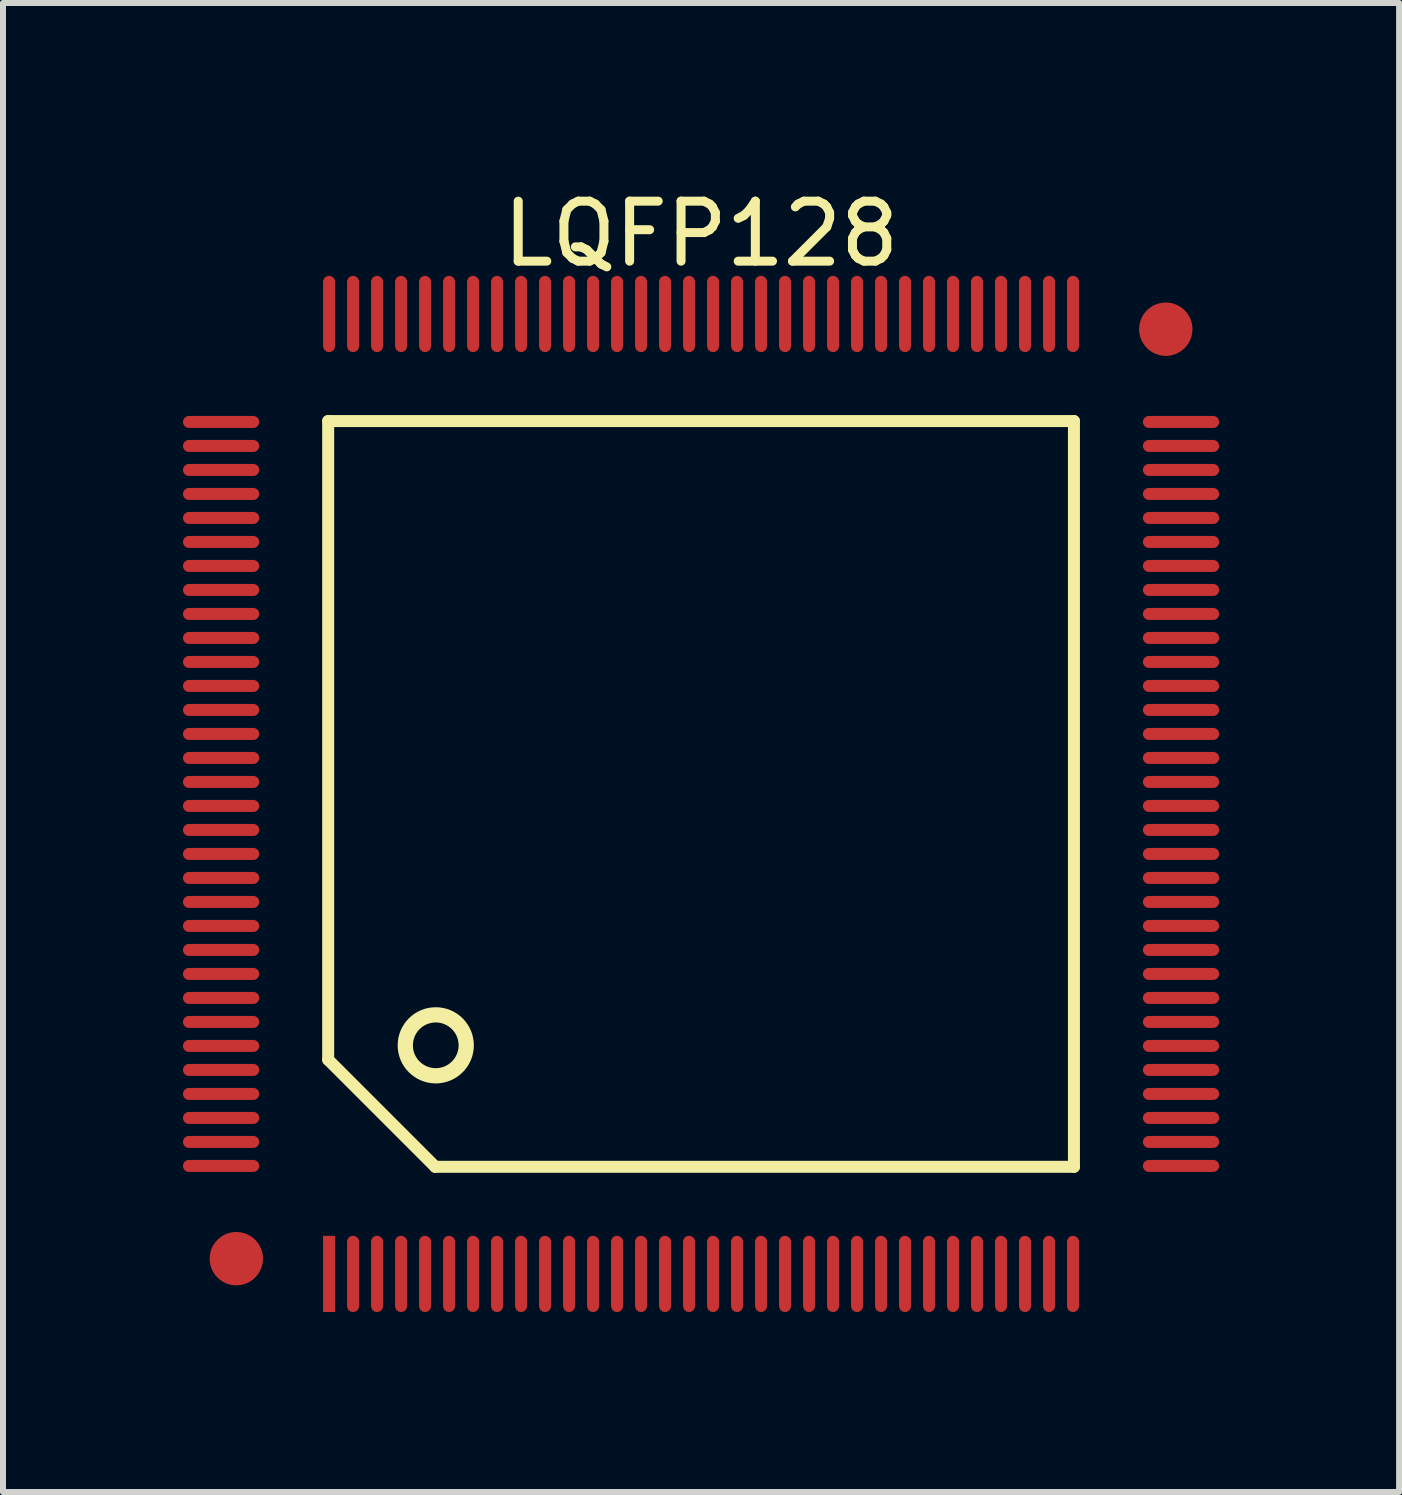
<source format=kicad_pcb>
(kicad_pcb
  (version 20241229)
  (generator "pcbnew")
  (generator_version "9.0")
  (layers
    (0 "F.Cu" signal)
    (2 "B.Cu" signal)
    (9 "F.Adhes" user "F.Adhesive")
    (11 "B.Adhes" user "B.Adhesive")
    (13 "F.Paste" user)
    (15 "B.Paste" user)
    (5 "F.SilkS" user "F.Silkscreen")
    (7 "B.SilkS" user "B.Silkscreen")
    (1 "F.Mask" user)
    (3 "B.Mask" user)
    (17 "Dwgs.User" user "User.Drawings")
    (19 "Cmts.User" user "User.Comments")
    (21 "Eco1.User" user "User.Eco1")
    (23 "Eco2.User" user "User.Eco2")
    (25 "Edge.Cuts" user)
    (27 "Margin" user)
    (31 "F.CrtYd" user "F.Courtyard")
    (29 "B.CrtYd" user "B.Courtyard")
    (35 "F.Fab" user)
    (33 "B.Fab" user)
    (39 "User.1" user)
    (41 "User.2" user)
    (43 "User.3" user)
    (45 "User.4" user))
  (footprint "LQFP128"
    (layer "F.Cu")
    (at 2.435 18.183)
    (property "Reference" "LQFP128" (at 6.2 -17.335 0) (layer "F.SilkS") (effects (font (size 1 1) (thickness 0.15))))
    (fp_line (start -0.015 -14.215) (end 12.415 -14.215) (stroke (width 0.2) (type solid)) (layer "F.SilkS"))
    (fp_line (start -0.015 -3.57) (end -0.015 -14.215) (stroke (width 0.2) (type solid)) (layer "F.SilkS"))
    (fp_line (start -0.015 -3.57) (end 1.77 -1.785) (stroke (width 0.2) (type solid)) (layer "F.SilkS"))
    (fp_line (start 1.77 -1.785) (end 12.415 -1.785) (stroke (width 0.2) (type solid)) (layer "F.SilkS"))
    (fp_line (start 12.415 -1.785) (end 12.415 -14.215) (stroke (width 0.2) (type solid)) (layer "F.SilkS"))
    (fp_circle (center 1.778 -3.81) (end 1.778 -4.318) (stroke (width 0.254) (type solid)) (fill no) (layer "F.SilkS"))
    (pad "0" smd circle (at -1.546 -0.254 90) (size 0.889 0.889) (layers "F.Cu" "F.Mask" "F.Paste"))
    (pad "0" smd circle (at 13.946 -15.746 90) (size 0.889 0.889) (layers "F.Cu" "F.Mask" "F.Paste"))
    (pad "1" smd rect (at 0 0 180) (size 0.2 1.27) (layers "F.Cu" "F.Mask" "F.Paste"))
    (pad "2" smd oval (at 0.4 0 180) (size 0.2 1.27) (layers "F.Cu" "F.Mask" "F.Paste"))
    (pad "3" smd oval (at 0.8 0 180) (size 0.2 1.27) (layers "F.Cu" "F.Mask" "F.Paste"))
    (pad "4" smd oval (at 1.2 0 180) (size 0.2 1.27) (layers "F.Cu" "F.Mask" "F.Paste"))
    (pad "5" smd oval (at 1.6 0 180) (size 0.2 1.27) (layers "F.Cu" "F.Mask" "F.Paste"))
    (pad "6" smd oval (at 2 0 180) (size 0.2 1.27) (layers "F.Cu" "F.Mask" "F.Paste"))
    (pad "7" smd oval (at 2.4 0 180) (size 0.2 1.27) (layers "F.Cu" "F.Mask" "F.Paste"))
    (pad "8" smd oval (at 2.8 0 180) (size 0.2 1.27) (layers "F.Cu" "F.Mask" "F.Paste"))
    (pad "9" smd oval (at 3.2 0 180) (size 0.2 1.27) (layers "F.Cu" "F.Mask" "F.Paste"))
    (pad "10" smd oval (at 3.6 0 180) (size 0.2 1.27) (layers "F.Cu" "F.Mask" "F.Paste"))
    (pad "11" smd oval (at 4 0 180) (size 0.2 1.27) (layers "F.Cu" "F.Mask" "F.Paste"))
    (pad "12" smd oval (at 4.4 0 180) (size 0.2 1.27) (layers "F.Cu" "F.Mask" "F.Paste"))
    (pad "13" smd oval (at 4.8 0 180) (size 0.2 1.27) (layers "F.Cu" "F.Mask" "F.Paste"))
    (pad "14" smd oval (at 5.2 0 180) (size 0.2 1.27) (layers "F.Cu" "F.Mask" "F.Paste"))
    (pad "15" smd oval (at 5.6 0 180) (size 0.2 1.27) (layers "F.Cu" "F.Mask" "F.Paste"))
    (pad "16" smd oval (at 6 0 180) (size 0.2 1.27) (layers "F.Cu" "F.Mask" "F.Paste"))
    (pad "17" smd oval (at 6.4 0 180) (size 0.2 1.27) (layers "F.Cu" "F.Mask" "F.Paste"))
    (pad "18" smd oval (at 6.8 0 180) (size 0.2 1.27) (layers "F.Cu" "F.Mask" "F.Paste"))
    (pad "19" smd oval (at 7.2 0 180) (size 0.2 1.27) (layers "F.Cu" "F.Mask" "F.Paste"))
    (pad "20" smd oval (at 7.6 0 180) (size 0.2 1.27) (layers "F.Cu" "F.Mask" "F.Paste"))
    (pad "21" smd oval (at 8 0 180) (size 0.2 1.27) (layers "F.Cu" "F.Mask" "F.Paste"))
    (pad "22" smd oval (at 8.4 0 180) (size 0.2 1.27) (layers "F.Cu" "F.Mask" "F.Paste"))
    (pad "23" smd oval (at 8.8 0 180) (size 0.2 1.27) (layers "F.Cu" "F.Mask" "F.Paste"))
    (pad "24" smd oval (at 9.2 0 180) (size 0.2 1.27) (layers "F.Cu" "F.Mask" "F.Paste"))
    (pad "25" smd oval (at 9.6 0 180) (size 0.2 1.27) (layers "F.Cu" "F.Mask" "F.Paste"))
    (pad "26" smd oval (at 10 0 180) (size 0.2 1.27) (layers "F.Cu" "F.Mask" "F.Paste"))
    (pad "27" smd oval (at 10.4 0 180) (size 0.2 1.27) (layers "F.Cu" "F.Mask" "F.Paste"))
    (pad "28" smd oval (at 10.8 0 180) (size 0.2 1.27) (layers "F.Cu" "F.Mask" "F.Paste"))
    (pad "29" smd oval (at 11.2 0 180) (size 0.2 1.27) (layers "F.Cu" "F.Mask" "F.Paste"))
    (pad "30" smd oval (at 11.6 0 180) (size 0.2 1.27) (layers "F.Cu" "F.Mask" "F.Paste"))
    (pad "31" smd oval (at 12 0 180) (size 0.2 1.27) (layers "F.Cu" "F.Mask" "F.Paste"))
    (pad "32" smd oval (at 12.4 0 180) (size 0.2 1.27) (layers "F.Cu" "F.Mask" "F.Paste"))
    (pad "33" smd oval (at 14.2 -1.8 90) (size 0.2 1.27) (layers "F.Cu" "F.Mask" "F.Paste"))
    (pad "34" smd oval (at 14.2 -2.2 90) (size 0.2 1.27) (layers "F.Cu" "F.Mask" "F.Paste"))
    (pad "35" smd oval (at 14.2 -2.6 90) (size 0.2 1.27) (layers "F.Cu" "F.Mask" "F.Paste"))
    (pad "36" smd oval (at 14.2 -3 90) (size 0.2 1.27) (layers "F.Cu" "F.Mask" "F.Paste"))
    (pad "37" smd oval (at 14.2 -3.4 90) (size 0.2 1.27) (layers "F.Cu" "F.Mask" "F.Paste"))
    (pad "38" smd oval (at 14.2 -3.8 90) (size 0.2 1.27) (layers "F.Cu" "F.Mask" "F.Paste"))
    (pad "39" smd oval (at 14.2 -4.2 90) (size 0.2 1.27) (layers "F.Cu" "F.Mask" "F.Paste"))
    (pad "40" smd oval (at 14.2 -4.6 90) (size 0.2 1.27) (layers "F.Cu" "F.Mask" "F.Paste"))
    (pad "41" smd oval (at 14.2 -5 90) (size 0.2 1.27) (layers "F.Cu" "F.Mask" "F.Paste"))
    (pad "42" smd oval (at 14.2 -5.4 90) (size 0.2 1.27) (layers "F.Cu" "F.Mask" "F.Paste"))
    (pad "43" smd oval (at 14.2 -5.8 90) (size 0.2 1.27) (layers "F.Cu" "F.Mask" "F.Paste"))
    (pad "44" smd oval (at 14.2 -6.2 90) (size 0.2 1.27) (layers "F.Cu" "F.Mask" "F.Paste"))
    (pad "45" smd oval (at 14.2 -6.6 90) (size 0.2 1.27) (layers "F.Cu" "F.Mask" "F.Paste"))
    (pad "46" smd oval (at 14.2 -7 90) (size 0.2 1.27) (layers "F.Cu" "F.Mask" "F.Paste"))
    (pad "47" smd oval (at 14.2 -7.4 90) (size 0.2 1.27) (layers "F.Cu" "F.Mask" "F.Paste"))
    (pad "48" smd oval (at 14.2 -7.8 90) (size 0.2 1.27) (layers "F.Cu" "F.Mask" "F.Paste"))
    (pad "49" smd oval (at 14.2 -8.2 90) (size 0.2 1.27) (layers "F.Cu" "F.Mask" "F.Paste"))
    (pad "50" smd oval (at 14.2 -8.6 90) (size 0.2 1.27) (layers "F.Cu" "F.Mask" "F.Paste"))
    (pad "51" smd oval (at 14.2 -9 90) (size 0.2 1.27) (layers "F.Cu" "F.Mask" "F.Paste"))
    (pad "52" smd oval (at 14.2 -9.4 90) (size 0.2 1.27) (layers "F.Cu" "F.Mask" "F.Paste"))
    (pad "53" smd oval (at 14.2 -9.8 90) (size 0.2 1.27) (layers "F.Cu" "F.Mask" "F.Paste"))
    (pad "54" smd oval (at 14.2 -10.2 90) (size 0.2 1.27) (layers "F.Cu" "F.Mask" "F.Paste"))
    (pad "55" smd oval (at 14.2 -10.6 90) (size 0.2 1.27) (layers "F.Cu" "F.Mask" "F.Paste"))
    (pad "56" smd oval (at 14.2 -11 90) (size 0.2 1.27) (layers "F.Cu" "F.Mask" "F.Paste"))
    (pad "57" smd oval (at 14.2 -11.4 90) (size 0.2 1.27) (layers "F.Cu" "F.Mask" "F.Paste"))
    (pad "58" smd oval (at 14.2 -11.8 90) (size 0.2 1.27) (layers "F.Cu" "F.Mask" "F.Paste"))
    (pad "59" smd oval (at 14.2 -12.2 90) (size 0.2 1.27) (layers "F.Cu" "F.Mask" "F.Paste"))
    (pad "60" smd oval (at 14.2 -12.6 90) (size 0.2 1.27) (layers "F.Cu" "F.Mask" "F.Paste"))
    (pad "61" smd oval (at 14.2 -13 90) (size 0.2 1.27) (layers "F.Cu" "F.Mask" "F.Paste"))
    (pad "62" smd oval (at 14.2 -13.4 90) (size 0.2 1.27) (layers "F.Cu" "F.Mask" "F.Paste"))
    (pad "63" smd oval (at 14.2 -13.8 90) (size 0.2 1.27) (layers "F.Cu" "F.Mask" "F.Paste"))
    (pad "64" smd oval (at 14.2 -14.2 90) (size 0.2 1.27) (layers "F.Cu" "F.Mask" "F.Paste"))
    (pad "65" smd oval (at 12.4 -16 180) (size 0.2 1.27) (layers "F.Cu" "F.Mask" "F.Paste"))
    (pad "66" smd oval (at 12 -16 180) (size 0.2 1.27) (layers "F.Cu" "F.Mask" "F.Paste"))
    (pad "67" smd oval (at 11.6 -16 180) (size 0.2 1.27) (layers "F.Cu" "F.Mask" "F.Paste"))
    (pad "68" smd oval (at 11.2 -16 180) (size 0.2 1.27) (layers "F.Cu" "F.Mask" "F.Paste"))
    (pad "69" smd oval (at 10.8 -16 180) (size 0.2 1.27) (layers "F.Cu" "F.Mask" "F.Paste"))
    (pad "70" smd oval (at 10.4 -16 180) (size 0.2 1.27) (layers "F.Cu" "F.Mask" "F.Paste"))
    (pad "71" smd oval (at 10 -16 180) (size 0.2 1.27) (layers "F.Cu" "F.Mask" "F.Paste"))
    (pad "72" smd oval (at 9.6 -16 180) (size 0.2 1.27) (layers "F.Cu" "F.Mask" "F.Paste"))
    (pad "73" smd oval (at 9.2 -16 180) (size 0.2 1.27) (layers "F.Cu" "F.Mask" "F.Paste"))
    (pad "74" smd oval (at 8.8 -16 180) (size 0.2 1.27) (layers "F.Cu" "F.Mask" "F.Paste"))
    (pad "75" smd oval (at 8.4 -16 180) (size 0.2 1.27) (layers "F.Cu" "F.Mask" "F.Paste"))
    (pad "76" smd oval (at 8 -16 180) (size 0.2 1.27) (layers "F.Cu" "F.Mask" "F.Paste"))
    (pad "77" smd oval (at 7.6 -16 180) (size 0.2 1.27) (layers "F.Cu" "F.Mask" "F.Paste"))
    (pad "78" smd oval (at 7.2 -16 180) (size 0.2 1.27) (layers "F.Cu" "F.Mask" "F.Paste"))
    (pad "79" smd oval (at 6.8 -16 180) (size 0.2 1.27) (layers "F.Cu" "F.Mask" "F.Paste"))
    (pad "80" smd oval (at 6.4 -16 180) (size 0.2 1.27) (layers "F.Cu" "F.Mask" "F.Paste"))
    (pad "81" smd oval (at 6 -16 180) (size 0.2 1.27) (layers "F.Cu" "F.Mask" "F.Paste"))
    (pad "82" smd oval (at 5.6 -16 180) (size 0.2 1.27) (layers "F.Cu" "F.Mask" "F.Paste"))
    (pad "83" smd oval (at 5.2 -16 180) (size 0.2 1.27) (layers "F.Cu" "F.Mask" "F.Paste"))
    (pad "84" smd oval (at 4.8 -16 180) (size 0.2 1.27) (layers "F.Cu" "F.Mask" "F.Paste"))
    (pad "85" smd oval (at 4.4 -16 180) (size 0.2 1.27) (layers "F.Cu" "F.Mask" "F.Paste"))
    (pad "86" smd oval (at 4 -16 180) (size 0.2 1.27) (layers "F.Cu" "F.Mask" "F.Paste"))
    (pad "87" smd oval (at 3.6 -16 180) (size 0.2 1.27) (layers "F.Cu" "F.Mask" "F.Paste"))
    (pad "88" smd oval (at 3.2 -16 180) (size 0.2 1.27) (layers "F.Cu" "F.Mask" "F.Paste"))
    (pad "89" smd oval (at 2.8 -16 180) (size 0.2 1.27) (layers "F.Cu" "F.Mask" "F.Paste"))
    (pad "90" smd oval (at 2.4 -16 180) (size 0.2 1.27) (layers "F.Cu" "F.Mask" "F.Paste"))
    (pad "91" smd oval (at 2 -16 180) (size 0.2 1.27) (layers "F.Cu" "F.Mask" "F.Paste"))
    (pad "92" smd oval (at 1.6 -16 180) (size 0.2 1.27) (layers "F.Cu" "F.Mask" "F.Paste"))
    (pad "93" smd oval (at 1.2 -16 180) (size 0.2 1.27) (layers "F.Cu" "F.Mask" "F.Paste"))
    (pad "94" smd oval (at 0.8 -16 180) (size 0.2 1.27) (layers "F.Cu" "F.Mask" "F.Paste"))
    (pad "95" smd oval (at 0.4 -16 180) (size 0.2 1.27) (layers "F.Cu" "F.Mask" "F.Paste"))
    (pad "96" smd oval (at 0 -16 180) (size 0.2 1.27) (layers "F.Cu" "F.Mask" "F.Paste"))
    (pad "97" smd oval (at -1.8 -14.2 90) (size 0.2 1.27) (layers "F.Cu" "F.Mask" "F.Paste"))
    (pad "98" smd oval (at -1.8 -13.8 90) (size 0.2 1.27) (layers "F.Cu" "F.Mask" "F.Paste"))
    (pad "99" smd oval (at -1.8 -13.4 90) (size 0.2 1.27) (layers "F.Cu" "F.Mask" "F.Paste"))
    (pad "100" smd oval (at -1.8 -13 90) (size 0.2 1.27) (layers "F.Cu" "F.Mask" "F.Paste"))
    (pad "101" smd oval (at -1.8 -12.6 90) (size 0.2 1.27) (layers "F.Cu" "F.Mask" "F.Paste"))
    (pad "102" smd oval (at -1.8 -12.2 90) (size 0.2 1.27) (layers "F.Cu" "F.Mask" "F.Paste"))
    (pad "103" smd oval (at -1.8 -11.8 90) (size 0.2 1.27) (layers "F.Cu" "F.Mask" "F.Paste"))
    (pad "104" smd oval (at -1.8 -11.4 90) (size 0.2 1.27) (layers "F.Cu" "F.Mask" "F.Paste"))
    (pad "105" smd oval (at -1.8 -11 90) (size 0.2 1.27) (layers "F.Cu" "F.Mask" "F.Paste"))
    (pad "106" smd oval (at -1.8 -10.6 90) (size 0.2 1.27) (layers "F.Cu" "F.Mask" "F.Paste"))
    (pad "107" smd oval (at -1.8 -10.2 90) (size 0.2 1.27) (layers "F.Cu" "F.Mask" "F.Paste"))
    (pad "108" smd oval (at -1.8 -9.8 90) (size 0.2 1.27) (layers "F.Cu" "F.Mask" "F.Paste"))
    (pad "109" smd oval (at -1.8 -9.4 90) (size 0.2 1.27) (layers "F.Cu" "F.Mask" "F.Paste"))
    (pad "110" smd oval (at -1.8 -9 90) (size 0.2 1.27) (layers "F.Cu" "F.Mask" "F.Paste"))
    (pad "111" smd oval (at -1.8 -8.6 90) (size 0.2 1.27) (layers "F.Cu" "F.Mask" "F.Paste"))
    (pad "112" smd oval (at -1.8 -8.2 90) (size 0.2 1.27) (layers "F.Cu" "F.Mask" "F.Paste"))
    (pad "113" smd oval (at -1.8 -7.8 90) (size 0.2 1.27) (layers "F.Cu" "F.Mask" "F.Paste"))
    (pad "114" smd oval (at -1.8 -7.4 90) (size 0.2 1.27) (layers "F.Cu" "F.Mask" "F.Paste"))
    (pad "115" smd oval (at -1.8 -7 90) (size 0.2 1.27) (layers "F.Cu" "F.Mask" "F.Paste"))
    (pad "116" smd oval (at -1.8 -6.6 90) (size 0.2 1.27) (layers "F.Cu" "F.Mask" "F.Paste"))
    (pad "117" smd oval (at -1.8 -6.2 90) (size 0.2 1.27) (layers "F.Cu" "F.Mask" "F.Paste"))
    (pad "118" smd oval (at -1.8 -5.8 90) (size 0.2 1.27) (layers "F.Cu" "F.Mask" "F.Paste"))
    (pad "119" smd oval (at -1.8 -5.4 90) (size 0.2 1.27) (layers "F.Cu" "F.Mask" "F.Paste"))
    (pad "120" smd oval (at -1.8 -5 90) (size 0.2 1.27) (layers "F.Cu" "F.Mask" "F.Paste"))
    (pad "121" smd oval (at -1.8 -4.6 90) (size 0.2 1.27) (layers "F.Cu" "F.Mask" "F.Paste"))
    (pad "122" smd oval (at -1.8 -4.2 90) (size 0.2 1.27) (layers "F.Cu" "F.Mask" "F.Paste"))
    (pad "123" smd oval (at -1.8 -3.8 90) (size 0.2 1.27) (layers "F.Cu" "F.Mask" "F.Paste"))
    (pad "124" smd oval (at -1.8 -3.4 90) (size 0.2 1.27) (layers "F.Cu" "F.Mask" "F.Paste"))
    (pad "125" smd oval (at -1.8 -3 90) (size 0.2 1.27) (layers "F.Cu" "F.Mask" "F.Paste"))
    (pad "126" smd oval (at -1.8 -2.6 90) (size 0.2 1.27) (layers "F.Cu" "F.Mask" "F.Paste"))
    (pad "127" smd oval (at -1.8 -2.2 90) (size 0.2 1.27) (layers "F.Cu" "F.Mask" "F.Paste"))
    (pad "128" smd oval (at -1.8 -1.8 90) (size 0.2 1.27) (layers "F.Cu" "F.Mask" "F.Paste")))
  (gr_rect
    (start -3 -3)
    (end 20.27 21.818)
    (stroke (width 0.1) (type default))
    (fill no)
    (layer "Edge.Cuts")))
</source>
